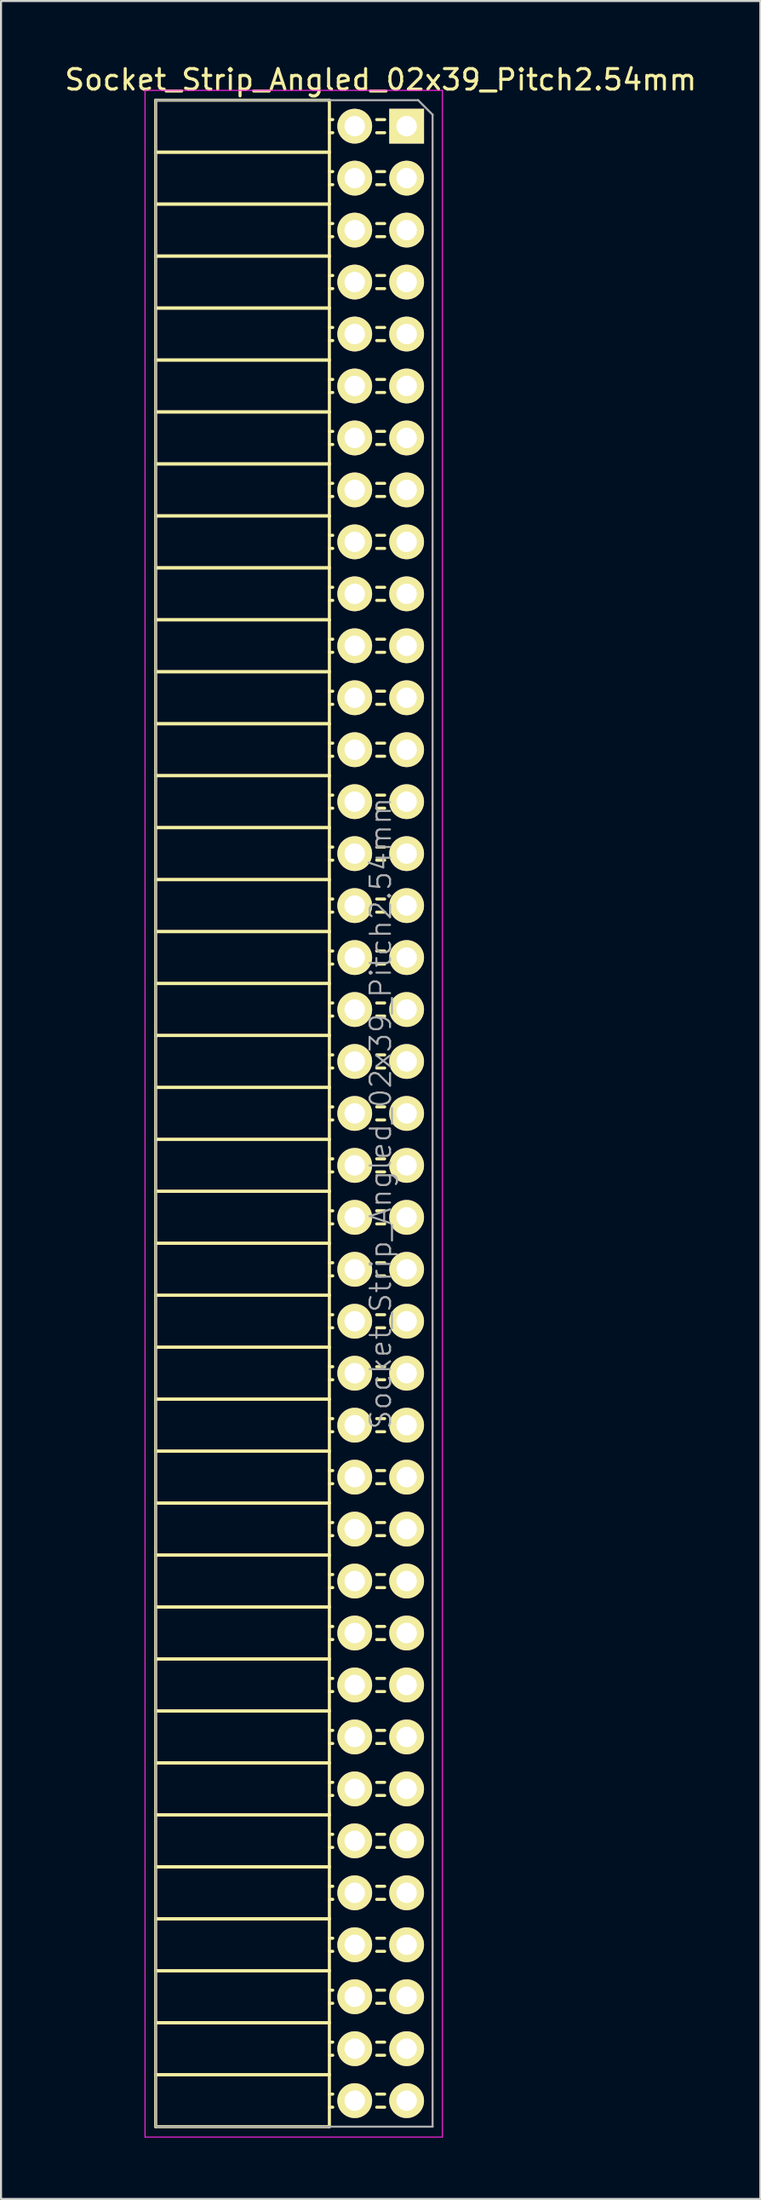
<source format=kicad_pcb>
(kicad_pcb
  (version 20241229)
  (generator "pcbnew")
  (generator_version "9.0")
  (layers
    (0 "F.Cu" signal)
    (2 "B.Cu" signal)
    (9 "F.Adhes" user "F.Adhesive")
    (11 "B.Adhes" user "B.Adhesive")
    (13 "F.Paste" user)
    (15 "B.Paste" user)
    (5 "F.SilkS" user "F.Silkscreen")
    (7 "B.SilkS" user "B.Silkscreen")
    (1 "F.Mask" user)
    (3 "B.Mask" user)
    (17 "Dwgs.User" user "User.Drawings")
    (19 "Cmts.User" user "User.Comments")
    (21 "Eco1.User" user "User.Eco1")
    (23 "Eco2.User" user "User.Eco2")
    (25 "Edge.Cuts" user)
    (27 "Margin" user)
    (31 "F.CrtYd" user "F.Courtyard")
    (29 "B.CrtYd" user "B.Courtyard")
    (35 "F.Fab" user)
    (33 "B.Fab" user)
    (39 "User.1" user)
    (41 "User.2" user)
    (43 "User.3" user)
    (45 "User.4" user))
  (footprint "Socket_Strip_Angled_02x39_Pitch2.54mm"
    (layer "F.Cu")
    (at 16.847 3.118)
    (property "Reference" "Socket_Strip_Angled_02x39_Pitch2.54mm" (at -1.27 -2.27 0) (layer "F.SilkS") (effects (font (size 1 1) (thickness 0.15))))
    (attr smd)
    (fp_line (start -12.28 -1.27) (end -12.28 1.27) (stroke (width 0.15) (type solid)) (layer "F.SilkS"))
    (fp_line (start -12.28 -1.27) (end -3.78 -1.27) (stroke (width 0.15) (type solid)) (layer "F.SilkS"))
    (fp_line (start -12.28 1.27) (end -12.28 3.81) (stroke (width 0.15) (type solid)) (layer "F.SilkS"))
    (fp_line (start -12.28 1.27) (end -3.78 1.27) (stroke (width 0.15) (type solid)) (layer "F.SilkS"))
    (fp_line (start -12.28 1.27) (end -3.78 1.27) (stroke (width 0.15) (type solid)) (layer "F.SilkS"))
    (fp_line (start -12.28 3.81) (end -12.28 6.35) (stroke (width 0.15) (type solid)) (layer "F.SilkS"))
    (fp_line (start -12.28 3.81) (end -3.78 3.81) (stroke (width 0.15) (type solid)) (layer "F.SilkS"))
    (fp_line (start -12.28 3.81) (end -3.78 3.81) (stroke (width 0.15) (type solid)) (layer "F.SilkS"))
    (fp_line (start -12.28 6.35) (end -12.28 8.89) (stroke (width 0.15) (type solid)) (layer "F.SilkS"))
    (fp_line (start -12.28 6.35) (end -3.78 6.35) (stroke (width 0.15) (type solid)) (layer "F.SilkS"))
    (fp_line (start -12.28 6.35) (end -3.78 6.35) (stroke (width 0.15) (type solid)) (layer "F.SilkS"))
    (fp_line (start -12.28 8.89) (end -12.28 11.43) (stroke (width 0.15) (type solid)) (layer "F.SilkS"))
    (fp_line (start -12.28 8.89) (end -3.78 8.89) (stroke (width 0.15) (type solid)) (layer "F.SilkS"))
    (fp_line (start -12.28 8.89) (end -3.78 8.89) (stroke (width 0.15) (type solid)) (layer "F.SilkS"))
    (fp_line (start -12.28 11.43) (end -12.28 13.97) (stroke (width 0.15) (type solid)) (layer "F.SilkS"))
    (fp_line (start -12.28 11.43) (end -3.78 11.43) (stroke (width 0.15) (type solid)) (layer "F.SilkS"))
    (fp_line (start -12.28 11.43) (end -3.78 11.43) (stroke (width 0.15) (type solid)) (layer "F.SilkS"))
    (fp_line (start -12.28 13.97) (end -12.28 16.51) (stroke (width 0.15) (type solid)) (layer "F.SilkS"))
    (fp_line (start -12.28 13.97) (end -3.78 13.97) (stroke (width 0.15) (type solid)) (layer "F.SilkS"))
    (fp_line (start -12.28 13.97) (end -3.78 13.97) (stroke (width 0.15) (type solid)) (layer "F.SilkS"))
    (fp_line (start -12.28 16.51) (end -12.28 19.05) (stroke (width 0.15) (type solid)) (layer "F.SilkS"))
    (fp_line (start -12.28 16.51) (end -3.78 16.51) (stroke (width 0.15) (type solid)) (layer "F.SilkS"))
    (fp_line (start -12.28 16.51) (end -3.78 16.51) (stroke (width 0.15) (type solid)) (layer "F.SilkS"))
    (fp_line (start -12.28 19.05) (end -12.28 21.59) (stroke (width 0.15) (type solid)) (layer "F.SilkS"))
    (fp_line (start -12.28 19.05) (end -3.78 19.05) (stroke (width 0.15) (type solid)) (layer "F.SilkS"))
    (fp_line (start -12.28 19.05) (end -3.78 19.05) (stroke (width 0.15) (type solid)) (layer "F.SilkS"))
    (fp_line (start -12.28 21.59) (end -12.28 24.13) (stroke (width 0.15) (type solid)) (layer "F.SilkS"))
    (fp_line (start -12.28 21.59) (end -3.78 21.59) (stroke (width 0.15) (type solid)) (layer "F.SilkS"))
    (fp_line (start -12.28 21.59) (end -3.78 21.59) (stroke (width 0.15) (type solid)) (layer "F.SilkS"))
    (fp_line (start -12.28 24.13) (end -12.28 26.67) (stroke (width 0.15) (type solid)) (layer "F.SilkS"))
    (fp_line (start -12.28 24.13) (end -3.78 24.13) (stroke (width 0.15) (type solid)) (layer "F.SilkS"))
    (fp_line (start -12.28 24.13) (end -3.78 24.13) (stroke (width 0.15) (type solid)) (layer "F.SilkS"))
    (fp_line (start -12.28 26.67) (end -12.28 29.21) (stroke (width 0.15) (type solid)) (layer "F.SilkS"))
    (fp_line (start -12.28 26.67) (end -3.78 26.67) (stroke (width 0.15) (type solid)) (layer "F.SilkS"))
    (fp_line (start -12.28 26.67) (end -3.78 26.67) (stroke (width 0.15) (type solid)) (layer "F.SilkS"))
    (fp_line (start -12.28 29.21) (end -12.28 31.75) (stroke (width 0.15) (type solid)) (layer "F.SilkS"))
    (fp_line (start -12.28 29.21) (end -3.78 29.21) (stroke (width 0.15) (type solid)) (layer "F.SilkS"))
    (fp_line (start -12.28 29.21) (end -3.78 29.21) (stroke (width 0.15) (type solid)) (layer "F.SilkS"))
    (fp_line (start -12.28 31.75) (end -12.28 34.29) (stroke (width 0.15) (type solid)) (layer "F.SilkS"))
    (fp_line (start -12.28 31.75) (end -3.78 31.75) (stroke (width 0.15) (type solid)) (layer "F.SilkS"))
    (fp_line (start -12.28 31.75) (end -3.78 31.75) (stroke (width 0.15) (type solid)) (layer "F.SilkS"))
    (fp_line (start -12.28 34.29) (end -12.28 36.83) (stroke (width 0.15) (type solid)) (layer "F.SilkS"))
    (fp_line (start -12.28 34.29) (end -3.78 34.29) (stroke (width 0.15) (type solid)) (layer "F.SilkS"))
    (fp_line (start -12.28 34.29) (end -3.78 34.29) (stroke (width 0.15) (type solid)) (layer "F.SilkS"))
    (fp_line (start -12.28 36.83) (end -12.28 39.37) (stroke (width 0.15) (type solid)) (layer "F.SilkS"))
    (fp_line (start -12.28 36.83) (end -3.78 36.83) (stroke (width 0.15) (type solid)) (layer "F.SilkS"))
    (fp_line (start -12.28 36.83) (end -3.78 36.83) (stroke (width 0.15) (type solid)) (layer "F.SilkS"))
    (fp_line (start -12.28 39.37) (end -12.28 41.91) (stroke (width 0.15) (type solid)) (layer "F.SilkS"))
    (fp_line (start -12.28 39.37) (end -3.78 39.37) (stroke (width 0.15) (type solid)) (layer "F.SilkS"))
    (fp_line (start -12.28 39.37) (end -3.78 39.37) (stroke (width 0.15) (type solid)) (layer "F.SilkS"))
    (fp_line (start -12.28 41.91) (end -12.28 44.45) (stroke (width 0.15) (type solid)) (layer "F.SilkS"))
    (fp_line (start -12.28 41.91) (end -3.78 41.91) (stroke (width 0.15) (type solid)) (layer "F.SilkS"))
    (fp_line (start -12.28 41.91) (end -3.78 41.91) (stroke (width 0.15) (type solid)) (layer "F.SilkS"))
    (fp_line (start -12.28 44.45) (end -12.28 46.99) (stroke (width 0.15) (type solid)) (layer "F.SilkS"))
    (fp_line (start -12.28 44.45) (end -3.78 44.45) (stroke (width 0.15) (type solid)) (layer "F.SilkS"))
    (fp_line (start -12.28 44.45) (end -3.78 44.45) (stroke (width 0.15) (type solid)) (layer "F.SilkS"))
    (fp_line (start -12.28 46.99) (end -12.28 49.53) (stroke (width 0.15) (type solid)) (layer "F.SilkS"))
    (fp_line (start -12.28 46.99) (end -3.78 46.99) (stroke (width 0.15) (type solid)) (layer "F.SilkS"))
    (fp_line (start -12.28 46.99) (end -3.78 46.99) (stroke (width 0.15) (type solid)) (layer "F.SilkS"))
    (fp_line (start -12.28 49.53) (end -12.28 52.07) (stroke (width 0.15) (type solid)) (layer "F.SilkS"))
    (fp_line (start -12.28 49.53) (end -3.78 49.53) (stroke (width 0.15) (type solid)) (layer "F.SilkS"))
    (fp_line (start -12.28 49.53) (end -3.78 49.53) (stroke (width 0.15) (type solid)) (layer "F.SilkS"))
    (fp_line (start -12.28 52.07) (end -12.28 54.61) (stroke (width 0.15) (type solid)) (layer "F.SilkS"))
    (fp_line (start -12.28 52.07) (end -3.78 52.07) (stroke (width 0.15) (type solid)) (layer "F.SilkS"))
    (fp_line (start -12.28 52.07) (end -3.78 52.07) (stroke (width 0.15) (type solid)) (layer "F.SilkS"))
    (fp_line (start -12.28 54.61) (end -12.28 57.15) (stroke (width 0.15) (type solid)) (layer "F.SilkS"))
    (fp_line (start -12.28 54.61) (end -3.78 54.61) (stroke (width 0.15) (type solid)) (layer "F.SilkS"))
    (fp_line (start -12.28 54.61) (end -3.78 54.61) (stroke (width 0.15) (type solid)) (layer "F.SilkS"))
    (fp_line (start -12.28 57.15) (end -12.28 59.69) (stroke (width 0.15) (type solid)) (layer "F.SilkS"))
    (fp_line (start -12.28 57.15) (end -3.78 57.15) (stroke (width 0.15) (type solid)) (layer "F.SilkS"))
    (fp_line (start -12.28 57.15) (end -3.78 57.15) (stroke (width 0.15) (type solid)) (layer "F.SilkS"))
    (fp_line (start -12.28 59.69) (end -12.28 62.23) (stroke (width 0.15) (type solid)) (layer "F.SilkS"))
    (fp_line (start -12.28 59.69) (end -3.78 59.69) (stroke (width 0.15) (type solid)) (layer "F.SilkS"))
    (fp_line (start -12.28 59.69) (end -3.78 59.69) (stroke (width 0.15) (type solid)) (layer "F.SilkS"))
    (fp_line (start -12.28 62.23) (end -12.28 64.77) (stroke (width 0.15) (type solid)) (layer "F.SilkS"))
    (fp_line (start -12.28 62.23) (end -3.78 62.23) (stroke (width 0.15) (type solid)) (layer "F.SilkS"))
    (fp_line (start -12.28 62.23) (end -3.78 62.23) (stroke (width 0.15) (type solid)) (layer "F.SilkS"))
    (fp_line (start -12.28 64.77) (end -12.28 67.31) (stroke (width 0.15) (type solid)) (layer "F.SilkS"))
    (fp_line (start -12.28 64.77) (end -3.78 64.77) (stroke (width 0.15) (type solid)) (layer "F.SilkS"))
    (fp_line (start -12.28 64.77) (end -3.78 64.77) (stroke (width 0.15) (type solid)) (layer "F.SilkS"))
    (fp_line (start -12.28 67.31) (end -12.28 69.85) (stroke (width 0.15) (type solid)) (layer "F.SilkS"))
    (fp_line (start -12.28 67.31) (end -3.78 67.31) (stroke (width 0.15) (type solid)) (layer "F.SilkS"))
    (fp_line (start -12.28 67.31) (end -3.78 67.31) (stroke (width 0.15) (type solid)) (layer "F.SilkS"))
    (fp_line (start -12.28 69.85) (end -12.28 72.39) (stroke (width 0.15) (type solid)) (layer "F.SilkS"))
    (fp_line (start -12.28 69.85) (end -3.78 69.85) (stroke (width 0.15) (type solid)) (layer "F.SilkS"))
    (fp_line (start -12.28 69.85) (end -3.78 69.85) (stroke (width 0.15) (type solid)) (layer "F.SilkS"))
    (fp_line (start -12.28 72.39) (end -12.28 74.93) (stroke (width 0.15) (type solid)) (layer "F.SilkS"))
    (fp_line (start -12.28 72.39) (end -3.78 72.39) (stroke (width 0.15) (type solid)) (layer "F.SilkS"))
    (fp_line (start -12.28 72.39) (end -3.78 72.39) (stroke (width 0.15) (type solid)) (layer "F.SilkS"))
    (fp_line (start -12.28 74.93) (end -12.28 77.47) (stroke (width 0.15) (type solid)) (layer "F.SilkS"))
    (fp_line (start -12.28 74.93) (end -3.78 74.93) (stroke (width 0.15) (type solid)) (layer "F.SilkS"))
    (fp_line (start -12.28 74.93) (end -3.78 74.93) (stroke (width 0.15) (type solid)) (layer "F.SilkS"))
    (fp_line (start -12.28 77.47) (end -12.28 80.01) (stroke (width 0.15) (type solid)) (layer "F.SilkS"))
    (fp_line (start -12.28 77.47) (end -3.78 77.47) (stroke (width 0.15) (type solid)) (layer "F.SilkS"))
    (fp_line (start -12.28 77.47) (end -3.78 77.47) (stroke (width 0.15) (type solid)) (layer "F.SilkS"))
    (fp_line (start -12.28 80.01) (end -12.28 82.55) (stroke (width 0.15) (type solid)) (layer "F.SilkS"))
    (fp_line (start -12.28 80.01) (end -3.78 80.01) (stroke (width 0.15) (type solid)) (layer "F.SilkS"))
    (fp_line (start -12.28 80.01) (end -3.78 80.01) (stroke (width 0.15) (type solid)) (layer "F.SilkS"))
    (fp_line (start -12.28 82.55) (end -12.28 85.09) (stroke (width 0.15) (type solid)) (layer "F.SilkS"))
    (fp_line (start -12.28 82.55) (end -3.78 82.55) (stroke (width 0.15) (type solid)) (layer "F.SilkS"))
    (fp_line (start -12.28 82.55) (end -3.78 82.55) (stroke (width 0.15) (type solid)) (layer "F.SilkS"))
    (fp_line (start -12.28 85.09) (end -12.28 87.63) (stroke (width 0.15) (type solid)) (layer "F.SilkS"))
    (fp_line (start -12.28 85.09) (end -3.78 85.09) (stroke (width 0.15) (type solid)) (layer "F.SilkS"))
    (fp_line (start -12.28 85.09) (end -3.78 85.09) (stroke (width 0.15) (type solid)) (layer "F.SilkS"))
    (fp_line (start -12.28 87.63) (end -12.28 90.17) (stroke (width 0.15) (type solid)) (layer "F.SilkS"))
    (fp_line (start -12.28 87.63) (end -3.78 87.63) (stroke (width 0.15) (type solid)) (layer "F.SilkS"))
    (fp_line (start -12.28 87.63) (end -3.78 87.63) (stroke (width 0.15) (type solid)) (layer "F.SilkS"))
    (fp_line (start -12.28 90.17) (end -12.28 92.71) (stroke (width 0.15) (type solid)) (layer "F.SilkS"))
    (fp_line (start -12.28 90.17) (end -3.78 90.17) (stroke (width 0.15) (type solid)) (layer "F.SilkS"))
    (fp_line (start -12.28 90.17) (end -3.78 90.17) (stroke (width 0.15) (type solid)) (layer "F.SilkS"))
    (fp_line (start -12.28 92.71) (end -12.28 95.25) (stroke (width 0.15) (type solid)) (layer "F.SilkS"))
    (fp_line (start -12.28 92.71) (end -3.78 92.71) (stroke (width 0.15) (type solid)) (layer "F.SilkS"))
    (fp_line (start -12.28 92.71) (end -3.78 92.71) (stroke (width 0.15) (type solid)) (layer "F.SilkS"))
    (fp_line (start -12.28 95.25) (end -12.28 97.79) (stroke (width 0.15) (type solid)) (layer "F.SilkS"))
    (fp_line (start -12.28 95.25) (end -3.78 95.25) (stroke (width 0.15) (type solid)) (layer "F.SilkS"))
    (fp_line (start -12.28 95.25) (end -3.78 95.25) (stroke (width 0.15) (type solid)) (layer "F.SilkS"))
    (fp_line (start -12.28 97.79) (end -3.78 97.79) (stroke (width 0.15) (type solid)) (layer "F.SilkS"))
    (fp_line (start -3.78 -1.27) (end -3.78 1.27) (stroke (width 0.15) (type solid)) (layer "F.SilkS"))
    (fp_line (start -3.78 -0.32) (end -3.615 -0.32) (stroke (width 0.15) (type solid)) (layer "F.SilkS"))
    (fp_line (start -3.78 0.32) (end -3.615 0.32) (stroke (width 0.15) (type solid)) (layer "F.SilkS"))
    (fp_line (start -3.78 1.27) (end -3.78 3.81) (stroke (width 0.15) (type solid)) (layer "F.SilkS"))
    (fp_line (start -3.78 2.22) (end -3.615 2.22) (stroke (width 0.15) (type solid)) (layer "F.SilkS"))
    (fp_line (start -3.78 2.86) (end -3.615 2.86) (stroke (width 0.15) (type solid)) (layer "F.SilkS"))
    (fp_line (start -3.78 3.81) (end -3.78 6.35) (stroke (width 0.15) (type solid)) (layer "F.SilkS"))
    (fp_line (start -3.78 4.76) (end -3.615 4.76) (stroke (width 0.15) (type solid)) (layer "F.SilkS"))
    (fp_line (start -3.78 5.4) (end -3.615 5.4) (stroke (width 0.15) (type solid)) (layer "F.SilkS"))
    (fp_line (start -3.78 6.35) (end -3.78 8.89) (stroke (width 0.15) (type solid)) (layer "F.SilkS"))
    (fp_line (start -3.78 7.3) (end -3.615 7.3) (stroke (width 0.15) (type solid)) (layer "F.SilkS"))
    (fp_line (start -3.78 7.94) (end -3.615 7.94) (stroke (width 0.15) (type solid)) (layer "F.SilkS"))
    (fp_line (start -3.78 8.89) (end -3.78 11.43) (stroke (width 0.15) (type solid)) (layer "F.SilkS"))
    (fp_line (start -3.78 9.84) (end -3.615 9.84) (stroke (width 0.15) (type solid)) (layer "F.SilkS"))
    (fp_line (start -3.78 10.48) (end -3.615 10.48) (stroke (width 0.15) (type solid)) (layer "F.SilkS"))
    (fp_line (start -3.78 11.43) (end -3.78 13.97) (stroke (width 0.15) (type solid)) (layer "F.SilkS"))
    (fp_line (start -3.78 12.38) (end -3.615 12.38) (stroke (width 0.15) (type solid)) (layer "F.SilkS"))
    (fp_line (start -3.78 13.02) (end -3.615 13.02) (stroke (width 0.15) (type solid)) (layer "F.SilkS"))
    (fp_line (start -3.78 13.97) (end -3.78 16.51) (stroke (width 0.15) (type solid)) (layer "F.SilkS"))
    (fp_line (start -3.78 14.92) (end -3.615 14.92) (stroke (width 0.15) (type solid)) (layer "F.SilkS"))
    (fp_line (start -3.78 15.56) (end -3.615 15.56) (stroke (width 0.15) (type solid)) (layer "F.SilkS"))
    (fp_line (start -3.78 16.51) (end -3.78 19.05) (stroke (width 0.15) (type solid)) (layer "F.SilkS"))
    (fp_line (start -3.78 17.46) (end -3.615 17.46) (stroke (width 0.15) (type solid)) (layer "F.SilkS"))
    (fp_line (start -3.78 18.1) (end -3.615 18.1) (stroke (width 0.15) (type solid)) (layer "F.SilkS"))
    (fp_line (start -3.78 19.05) (end -3.78 21.59) (stroke (width 0.15) (type solid)) (layer "F.SilkS"))
    (fp_line (start -3.78 20) (end -3.615 20) (stroke (width 0.15) (type solid)) (layer "F.SilkS"))
    (fp_line (start -3.78 20.64) (end -3.615 20.64) (stroke (width 0.15) (type solid)) (layer "F.SilkS"))
    (fp_line (start -3.78 21.59) (end -3.78 24.13) (stroke (width 0.15) (type solid)) (layer "F.SilkS"))
    (fp_line (start -3.78 22.54) (end -3.615 22.54) (stroke (width 0.15) (type solid)) (layer "F.SilkS"))
    (fp_line (start -3.78 23.18) (end -3.615 23.18) (stroke (width 0.15) (type solid)) (layer "F.SilkS"))
    (fp_line (start -3.78 24.13) (end -3.78 26.67) (stroke (width 0.15) (type solid)) (layer "F.SilkS"))
    (fp_line (start -3.78 25.08) (end -3.615 25.08) (stroke (width 0.15) (type solid)) (layer "F.SilkS"))
    (fp_line (start -3.78 25.72) (end -3.615 25.72) (stroke (width 0.15) (type solid)) (layer "F.SilkS"))
    (fp_line (start -3.78 26.67) (end -3.78 29.21) (stroke (width 0.15) (type solid)) (layer "F.SilkS"))
    (fp_line (start -3.78 27.62) (end -3.615 27.62) (stroke (width 0.15) (type solid)) (layer "F.SilkS"))
    (fp_line (start -3.78 28.26) (end -3.615 28.26) (stroke (width 0.15) (type solid)) (layer "F.SilkS"))
    (fp_line (start -3.78 29.21) (end -3.78 31.75) (stroke (width 0.15) (type solid)) (layer "F.SilkS"))
    (fp_line (start -3.78 30.16) (end -3.615 30.16) (stroke (width 0.15) (type solid)) (layer "F.SilkS"))
    (fp_line (start -3.78 30.8) (end -3.615 30.8) (stroke (width 0.15) (type solid)) (layer "F.SilkS"))
    (fp_line (start -3.78 31.75) (end -3.78 34.29) (stroke (width 0.15) (type solid)) (layer "F.SilkS"))
    (fp_line (start -3.78 32.7) (end -3.615 32.7) (stroke (width 0.15) (type solid)) (layer "F.SilkS"))
    (fp_line (start -3.78 33.34) (end -3.615 33.34) (stroke (width 0.15) (type solid)) (layer "F.SilkS"))
    (fp_line (start -3.78 34.29) (end -3.78 36.83) (stroke (width 0.15) (type solid)) (layer "F.SilkS"))
    (fp_line (start -3.78 35.24) (end -3.615 35.24) (stroke (width 0.15) (type solid)) (layer "F.SilkS"))
    (fp_line (start -3.78 35.88) (end -3.615 35.88) (stroke (width 0.15) (type solid)) (layer "F.SilkS"))
    (fp_line (start -3.78 36.83) (end -3.78 39.37) (stroke (width 0.15) (type solid)) (layer "F.SilkS"))
    (fp_line (start -3.78 37.78) (end -3.615 37.78) (stroke (width 0.15) (type solid)) (layer "F.SilkS"))
    (fp_line (start -3.78 38.42) (end -3.615 38.42) (stroke (width 0.15) (type solid)) (layer "F.SilkS"))
    (fp_line (start -3.78 39.37) (end -3.78 41.91) (stroke (width 0.15) (type solid)) (layer "F.SilkS"))
    (fp_line (start -3.78 40.32) (end -3.615 40.32) (stroke (width 0.15) (type solid)) (layer "F.SilkS"))
    (fp_line (start -3.78 40.96) (end -3.615 40.96) (stroke (width 0.15) (type solid)) (layer "F.SilkS"))
    (fp_line (start -3.78 41.91) (end -3.78 44.45) (stroke (width 0.15) (type solid)) (layer "F.SilkS"))
    (fp_line (start -3.78 42.86) (end -3.615 42.86) (stroke (width 0.15) (type solid)) (layer "F.SilkS"))
    (fp_line (start -3.78 43.5) (end -3.615 43.5) (stroke (width 0.15) (type solid)) (layer "F.SilkS"))
    (fp_line (start -3.78 44.45) (end -3.78 46.99) (stroke (width 0.15) (type solid)) (layer "F.SilkS"))
    (fp_line (start -3.78 45.4) (end -3.615 45.4) (stroke (width 0.15) (type solid)) (layer "F.SilkS"))
    (fp_line (start -3.78 46.04) (end -3.615 46.04) (stroke (width 0.15) (type solid)) (layer "F.SilkS"))
    (fp_line (start -3.78 46.99) (end -3.78 49.53) (stroke (width 0.15) (type solid)) (layer "F.SilkS"))
    (fp_line (start -3.78 47.94) (end -3.615 47.94) (stroke (width 0.15) (type solid)) (layer "F.SilkS"))
    (fp_line (start -3.78 48.58) (end -3.615 48.58) (stroke (width 0.15) (type solid)) (layer "F.SilkS"))
    (fp_line (start -3.78 49.53) (end -3.78 52.07) (stroke (width 0.15) (type solid)) (layer "F.SilkS"))
    (fp_line (start -3.78 50.48) (end -3.615 50.48) (stroke (width 0.15) (type solid)) (layer "F.SilkS"))
    (fp_line (start -3.78 51.12) (end -3.615 51.12) (stroke (width 0.15) (type solid)) (layer "F.SilkS"))
    (fp_line (start -3.78 52.07) (end -3.78 54.61) (stroke (width 0.15) (type solid)) (layer "F.SilkS"))
    (fp_line (start -3.78 53.02) (end -3.615 53.02) (stroke (width 0.15) (type solid)) (layer "F.SilkS"))
    (fp_line (start -3.78 53.66) (end -3.615 53.66) (stroke (width 0.15) (type solid)) (layer "F.SilkS"))
    (fp_line (start -3.78 54.61) (end -3.78 57.15) (stroke (width 0.15) (type solid)) (layer "F.SilkS"))
    (fp_line (start -3.78 55.56) (end -3.615 55.56) (stroke (width 0.15) (type solid)) (layer "F.SilkS"))
    (fp_line (start -3.78 56.2) (end -3.615 56.2) (stroke (width 0.15) (type solid)) (layer "F.SilkS"))
    (fp_line (start -3.78 57.15) (end -3.78 59.69) (stroke (width 0.15) (type solid)) (layer "F.SilkS"))
    (fp_line (start -3.78 58.1) (end -3.615 58.1) (stroke (width 0.15) (type solid)) (layer "F.SilkS"))
    (fp_line (start -3.78 58.74) (end -3.615 58.74) (stroke (width 0.15) (type solid)) (layer "F.SilkS"))
    (fp_line (start -3.78 59.69) (end -3.78 62.23) (stroke (width 0.15) (type solid)) (layer "F.SilkS"))
    (fp_line (start -3.78 60.64) (end -3.615 60.64) (stroke (width 0.15) (type solid)) (layer "F.SilkS"))
    (fp_line (start -3.78 61.28) (end -3.615 61.28) (stroke (width 0.15) (type solid)) (layer "F.SilkS"))
    (fp_line (start -3.78 62.23) (end -3.78 64.77) (stroke (width 0.15) (type solid)) (layer "F.SilkS"))
    (fp_line (start -3.78 63.18) (end -3.615 63.18) (stroke (width 0.15) (type solid)) (layer "F.SilkS"))
    (fp_line (start -3.78 63.82) (end -3.615 63.82) (stroke (width 0.15) (type solid)) (layer "F.SilkS"))
    (fp_line (start -3.78 64.77) (end -3.78 67.31) (stroke (width 0.15) (type solid)) (layer "F.SilkS"))
    (fp_line (start -3.78 65.72) (end -3.615 65.72) (stroke (width 0.15) (type solid)) (layer "F.SilkS"))
    (fp_line (start -3.78 66.36) (end -3.615 66.36) (stroke (width 0.15) (type solid)) (layer "F.SilkS"))
    (fp_line (start -3.78 67.31) (end -3.78 69.85) (stroke (width 0.15) (type solid)) (layer "F.SilkS"))
    (fp_line (start -3.78 68.26) (end -3.615 68.26) (stroke (width 0.15) (type solid)) (layer "F.SilkS"))
    (fp_line (start -3.78 68.9) (end -3.615 68.9) (stroke (width 0.15) (type solid)) (layer "F.SilkS"))
    (fp_line (start -3.78 69.85) (end -3.78 72.39) (stroke (width 0.15) (type solid)) (layer "F.SilkS"))
    (fp_line (start -3.78 70.8) (end -3.615 70.8) (stroke (width 0.15) (type solid)) (layer "F.SilkS"))
    (fp_line (start -3.78 71.44) (end -3.615 71.44) (stroke (width 0.15) (type solid)) (layer "F.SilkS"))
    (fp_line (start -3.78 72.39) (end -3.78 74.93) (stroke (width 0.15) (type solid)) (layer "F.SilkS"))
    (fp_line (start -3.78 73.34) (end -3.615 73.34) (stroke (width 0.15) (type solid)) (layer "F.SilkS"))
    (fp_line (start -3.78 73.98) (end -3.615 73.98) (stroke (width 0.15) (type solid)) (layer "F.SilkS"))
    (fp_line (start -3.78 74.93) (end -3.78 77.47) (stroke (width 0.15) (type solid)) (layer "F.SilkS"))
    (fp_line (start -3.78 75.88) (end -3.615 75.88) (stroke (width 0.15) (type solid)) (layer "F.SilkS"))
    (fp_line (start -3.78 76.52) (end -3.615 76.52) (stroke (width 0.15) (type solid)) (layer "F.SilkS"))
    (fp_line (start -3.78 77.47) (end -3.78 80.01) (stroke (width 0.15) (type solid)) (layer "F.SilkS"))
    (fp_line (start -3.78 78.42) (end -3.615 78.42) (stroke (width 0.15) (type solid)) (layer "F.SilkS"))
    (fp_line (start -3.78 79.06) (end -3.615 79.06) (stroke (width 0.15) (type solid)) (layer "F.SilkS"))
    (fp_line (start -3.78 80.01) (end -3.78 82.55) (stroke (width 0.15) (type solid)) (layer "F.SilkS"))
    (fp_line (start -3.78 80.96) (end -3.615 80.96) (stroke (width 0.15) (type solid)) (layer "F.SilkS"))
    (fp_line (start -3.78 81.6) (end -3.615 81.6) (stroke (width 0.15) (type solid)) (layer "F.SilkS"))
    (fp_line (start -3.78 82.55) (end -3.78 85.09) (stroke (width 0.15) (type solid)) (layer "F.SilkS"))
    (fp_line (start -3.78 83.5) (end -3.615 83.5) (stroke (width 0.15) (type solid)) (layer "F.SilkS"))
    (fp_line (start -3.78 84.14) (end -3.615 84.14) (stroke (width 0.15) (type solid)) (layer "F.SilkS"))
    (fp_line (start -3.78 85.09) (end -3.78 87.63) (stroke (width 0.15) (type solid)) (layer "F.SilkS"))
    (fp_line (start -3.78 86.04) (end -3.615 86.04) (stroke (width 0.15) (type solid)) (layer "F.SilkS"))
    (fp_line (start -3.78 86.68) (end -3.615 86.68) (stroke (width 0.15) (type solid)) (layer "F.SilkS"))
    (fp_line (start -3.78 87.63) (end -3.78 90.17) (stroke (width 0.15) (type solid)) (layer "F.SilkS"))
    (fp_line (start -3.78 88.58) (end -3.615 88.58) (stroke (width 0.15) (type solid)) (layer "F.SilkS"))
    (fp_line (start -3.78 89.22) (end -3.615 89.22) (stroke (width 0.15) (type solid)) (layer "F.SilkS"))
    (fp_line (start -3.78 90.17) (end -3.78 92.71) (stroke (width 0.15) (type solid)) (layer "F.SilkS"))
    (fp_line (start -3.78 91.12) (end -3.615 91.12) (stroke (width 0.15) (type solid)) (layer "F.SilkS"))
    (fp_line (start -3.78 91.76) (end -3.615 91.76) (stroke (width 0.15) (type solid)) (layer "F.SilkS"))
    (fp_line (start -3.78 92.71) (end -3.78 95.25) (stroke (width 0.15) (type solid)) (layer "F.SilkS"))
    (fp_line (start -3.78 93.66) (end -3.615 93.66) (stroke (width 0.15) (type solid)) (layer "F.SilkS"))
    (fp_line (start -3.78 94.3) (end -3.615 94.3) (stroke (width 0.15) (type solid)) (layer "F.SilkS"))
    (fp_line (start -3.78 95.25) (end -3.78 97.79) (stroke (width 0.15) (type solid)) (layer "F.SilkS"))
    (fp_line (start -3.78 96.2) (end -3.615 96.2) (stroke (width 0.15) (type solid)) (layer "F.SilkS"))
    (fp_line (start -3.78 96.84) (end -3.615 96.84) (stroke (width 0.15) (type solid)) (layer "F.SilkS"))
    (fp_line (start -1.075 -0.32) (end -1.465 -0.32) (stroke (width 0.15) (type solid)) (layer "F.SilkS"))
    (fp_line (start -1.075 0.32) (end -1.465 0.32) (stroke (width 0.15) (type solid)) (layer "F.SilkS"))
    (fp_line (start -1.075 2.22) (end -1.465 2.22) (stroke (width 0.15) (type solid)) (layer "F.SilkS"))
    (fp_line (start -1.075 2.86) (end -1.465 2.86) (stroke (width 0.15) (type solid)) (layer "F.SilkS"))
    (fp_line (start -1.075 4.76) (end -1.465 4.76) (stroke (width 0.15) (type solid)) (layer "F.SilkS"))
    (fp_line (start -1.075 5.4) (end -1.465 5.4) (stroke (width 0.15) (type solid)) (layer "F.SilkS"))
    (fp_line (start -1.075 7.3) (end -1.465 7.3) (stroke (width 0.15) (type solid)) (layer "F.SilkS"))
    (fp_line (start -1.075 7.94) (end -1.465 7.94) (stroke (width 0.15) (type solid)) (layer "F.SilkS"))
    (fp_line (start -1.075 9.84) (end -1.465 9.84) (stroke (width 0.15) (type solid)) (layer "F.SilkS"))
    (fp_line (start -1.075 10.48) (end -1.465 10.48) (stroke (width 0.15) (type solid)) (layer "F.SilkS"))
    (fp_line (start -1.075 12.38) (end -1.465 12.38) (stroke (width 0.15) (type solid)) (layer "F.SilkS"))
    (fp_line (start -1.075 13.02) (end -1.465 13.02) (stroke (width 0.15) (type solid)) (layer "F.SilkS"))
    (fp_line (start -1.075 14.92) (end -1.465 14.92) (stroke (width 0.15) (type solid)) (layer "F.SilkS"))
    (fp_line (start -1.075 15.56) (end -1.465 15.56) (stroke (width 0.15) (type solid)) (layer "F.SilkS"))
    (fp_line (start -1.075 17.46) (end -1.465 17.46) (stroke (width 0.15) (type solid)) (layer "F.SilkS"))
    (fp_line (start -1.075 18.1) (end -1.465 18.1) (stroke (width 0.15) (type solid)) (layer "F.SilkS"))
    (fp_line (start -1.075 20) (end -1.465 20) (stroke (width 0.15) (type solid)) (layer "F.SilkS"))
    (fp_line (start -1.075 20.64) (end -1.465 20.64) (stroke (width 0.15) (type solid)) (layer "F.SilkS"))
    (fp_line (start -1.075 22.54) (end -1.465 22.54) (stroke (width 0.15) (type solid)) (layer "F.SilkS"))
    (fp_line (start -1.075 23.18) (end -1.465 23.18) (stroke (width 0.15) (type solid)) (layer "F.SilkS"))
    (fp_line (start -1.075 25.08) (end -1.465 25.08) (stroke (width 0.15) (type solid)) (layer "F.SilkS"))
    (fp_line (start -1.075 25.72) (end -1.465 25.72) (stroke (width 0.15) (type solid)) (layer "F.SilkS"))
    (fp_line (start -1.075 27.62) (end -1.465 27.62) (stroke (width 0.15) (type solid)) (layer "F.SilkS"))
    (fp_line (start -1.075 28.26) (end -1.465 28.26) (stroke (width 0.15) (type solid)) (layer "F.SilkS"))
    (fp_line (start -1.075 30.16) (end -1.465 30.16) (stroke (width 0.15) (type solid)) (layer "F.SilkS"))
    (fp_line (start -1.075 30.8) (end -1.465 30.8) (stroke (width 0.15) (type solid)) (layer "F.SilkS"))
    (fp_line (start -1.075 32.7) (end -1.465 32.7) (stroke (width 0.15) (type solid)) (layer "F.SilkS"))
    (fp_line (start -1.075 33.34) (end -1.465 33.34) (stroke (width 0.15) (type solid)) (layer "F.SilkS"))
    (fp_line (start -1.075 35.24) (end -1.465 35.24) (stroke (width 0.15) (type solid)) (layer "F.SilkS"))
    (fp_line (start -1.075 35.88) (end -1.465 35.88) (stroke (width 0.15) (type solid)) (layer "F.SilkS"))
    (fp_line (start -1.075 37.78) (end -1.465 37.78) (stroke (width 0.15) (type solid)) (layer "F.SilkS"))
    (fp_line (start -1.075 38.42) (end -1.465 38.42) (stroke (width 0.15) (type solid)) (layer "F.SilkS"))
    (fp_line (start -1.075 40.32) (end -1.465 40.32) (stroke (width 0.15) (type solid)) (layer "F.SilkS"))
    (fp_line (start -1.075 40.96) (end -1.465 40.96) (stroke (width 0.15) (type solid)) (layer "F.SilkS"))
    (fp_line (start -1.075 42.86) (end -1.465 42.86) (stroke (width 0.15) (type solid)) (layer "F.SilkS"))
    (fp_line (start -1.075 43.5) (end -1.465 43.5) (stroke (width 0.15) (type solid)) (layer "F.SilkS"))
    (fp_line (start -1.075 45.4) (end -1.465 45.4) (stroke (width 0.15) (type solid)) (layer "F.SilkS"))
    (fp_line (start -1.075 46.04) (end -1.465 46.04) (stroke (width 0.15) (type solid)) (layer "F.SilkS"))
    (fp_line (start -1.075 47.94) (end -1.465 47.94) (stroke (width 0.15) (type solid)) (layer "F.SilkS"))
    (fp_line (start -1.075 48.58) (end -1.465 48.58) (stroke (width 0.15) (type solid)) (layer "F.SilkS"))
    (fp_line (start -1.075 50.48) (end -1.465 50.48) (stroke (width 0.15) (type solid)) (layer "F.SilkS"))
    (fp_line (start -1.075 51.12) (end -1.465 51.12) (stroke (width 0.15) (type solid)) (layer "F.SilkS"))
    (fp_line (start -1.075 53.02) (end -1.465 53.02) (stroke (width 0.15) (type solid)) (layer "F.SilkS"))
    (fp_line (start -1.075 53.66) (end -1.465 53.66) (stroke (width 0.15) (type solid)) (layer "F.SilkS"))
    (fp_line (start -1.075 55.56) (end -1.465 55.56) (stroke (width 0.15) (type solid)) (layer "F.SilkS"))
    (fp_line (start -1.075 56.2) (end -1.465 56.2) (stroke (width 0.15) (type solid)) (layer "F.SilkS"))
    (fp_line (start -1.075 58.1) (end -1.465 58.1) (stroke (width 0.15) (type solid)) (layer "F.SilkS"))
    (fp_line (start -1.075 58.74) (end -1.465 58.74) (stroke (width 0.15) (type solid)) (layer "F.SilkS"))
    (fp_line (start -1.075 60.64) (end -1.465 60.64) (stroke (width 0.15) (type solid)) (layer "F.SilkS"))
    (fp_line (start -1.075 61.28) (end -1.465 61.28) (stroke (width 0.15) (type solid)) (layer "F.SilkS"))
    (fp_line (start -1.075 63.18) (end -1.465 63.18) (stroke (width 0.15) (type solid)) (layer "F.SilkS"))
    (fp_line (start -1.075 63.82) (end -1.465 63.82) (stroke (width 0.15) (type solid)) (layer "F.SilkS"))
    (fp_line (start -1.075 65.72) (end -1.465 65.72) (stroke (width 0.15) (type solid)) (layer "F.SilkS"))
    (fp_line (start -1.075 66.36) (end -1.465 66.36) (stroke (width 0.15) (type solid)) (layer "F.SilkS"))
    (fp_line (start -1.075 68.26) (end -1.465 68.26) (stroke (width 0.15) (type solid)) (layer "F.SilkS"))
    (fp_line (start -1.075 68.9) (end -1.465 68.9) (stroke (width 0.15) (type solid)) (layer "F.SilkS"))
    (fp_line (start -1.075 70.8) (end -1.465 70.8) (stroke (width 0.15) (type solid)) (layer "F.SilkS"))
    (fp_line (start -1.075 71.44) (end -1.465 71.44) (stroke (width 0.15) (type solid)) (layer "F.SilkS"))
    (fp_line (start -1.075 73.34) (end -1.465 73.34) (stroke (width 0.15) (type solid)) (layer "F.SilkS"))
    (fp_line (start -1.075 73.98) (end -1.465 73.98) (stroke (width 0.15) (type solid)) (layer "F.SilkS"))
    (fp_line (start -1.075 75.88) (end -1.465 75.88) (stroke (width 0.15) (type solid)) (layer "F.SilkS"))
    (fp_line (start -1.075 76.52) (end -1.465 76.52) (stroke (width 0.15) (type solid)) (layer "F.SilkS"))
    (fp_line (start -1.075 78.42) (end -1.465 78.42) (stroke (width 0.15) (type solid)) (layer "F.SilkS"))
    (fp_line (start -1.075 79.06) (end -1.465 79.06) (stroke (width 0.15) (type solid)) (layer "F.SilkS"))
    (fp_line (start -1.075 80.96) (end -1.465 80.96) (stroke (width 0.15) (type solid)) (layer "F.SilkS"))
    (fp_line (start -1.075 81.6) (end -1.465 81.6) (stroke (width 0.15) (type solid)) (layer "F.SilkS"))
    (fp_line (start -1.075 83.5) (end -1.465 83.5) (stroke (width 0.15) (type solid)) (layer "F.SilkS"))
    (fp_line (start -1.075 84.14) (end -1.465 84.14) (stroke (width 0.15) (type solid)) (layer "F.SilkS"))
    (fp_line (start -1.075 86.04) (end -1.465 86.04) (stroke (width 0.15) (type solid)) (layer "F.SilkS"))
    (fp_line (start -1.075 86.68) (end -1.465 86.68) (stroke (width 0.15) (type solid)) (layer "F.SilkS"))
    (fp_line (start -1.075 88.58) (end -1.465 88.58) (stroke (width 0.15) (type solid)) (layer "F.SilkS"))
    (fp_line (start -1.075 89.22) (end -1.465 89.22) (stroke (width 0.15) (type solid)) (layer "F.SilkS"))
    (fp_line (start -1.075 91.12) (end -1.465 91.12) (stroke (width 0.15) (type solid)) (layer "F.SilkS"))
    (fp_line (start -1.075 91.76) (end -1.465 91.76) (stroke (width 0.15) (type solid)) (layer "F.SilkS"))
    (fp_line (start -1.075 93.66) (end -1.465 93.66) (stroke (width 0.15) (type solid)) (layer "F.SilkS"))
    (fp_line (start -1.075 94.3) (end -1.465 94.3) (stroke (width 0.15) (type solid)) (layer "F.SilkS"))
    (fp_line (start -1.075 96.2) (end -1.465 96.2) (stroke (width 0.15) (type solid)) (layer "F.SilkS"))
    (fp_line (start -1.075 96.84) (end -1.465 96.84) (stroke (width 0.15) (type solid)) (layer "F.SilkS"))
    (fp_line (start -12.8 -1.75) (end 1.75 -1.75) (stroke (width 0.05) (type solid)) (layer "F.CrtYd"))
    (fp_line (start -12.8 98.3) (end -12.8 -1.75) (stroke (width 0.05) (type solid)) (layer "F.CrtYd"))
    (fp_line (start -12.8 98.3) (end 1.75 98.3) (stroke (width 0.05) (type solid)) (layer "F.CrtYd"))
    (fp_line (start 1.75 98.3) (end 1.75 -1.75) (stroke (width 0.05) (type solid)) (layer "F.CrtYd"))
    (fp_line (start -12.28 -1.27) (end 0.563 -1.27) (stroke (width 0.1) (type solid)) (layer "F.Fab"))
    (fp_line (start -12.28 97.79) (end -12.28 -1.27) (stroke (width 0.1) (type solid)) (layer "F.Fab"))
    (fp_line (start -12.28 97.79) (end 1.27 97.79) (stroke (width 0.1) (type solid)) (layer "F.Fab"))
    (fp_line (start 1.27 -0.563) (end 0.563 -1.27) (stroke (width 0.1) (type solid)) (layer "F.Fab"))
    (fp_line (start 1.27 97.79) (end 1.27 -0.563) (stroke (width 0.1) (type solid)) (layer "F.Fab"))
    (fp_text user "${REFERENCE}" (at -1.27 48.26 90) (layer "F.Fab") (effects (font (size 1 1) (thickness 0.1))))
    (pad "1" thru_hole rect (at 0 0) (size 1.7 1.7) (drill 1) (layers "*.Cu" "*.Mask" "F.SilkS"))
    (pad "2" thru_hole oval (at -2.54 0) (size 1.7 1.7) (drill 1) (layers "*.Cu" "*.Mask" "F.SilkS"))
    (pad "3" thru_hole oval (at 0 2.54) (size 1.7 1.7) (drill 1) (layers "*.Cu" "*.Mask" "F.SilkS"))
    (pad "4" thru_hole oval (at -2.54 2.54) (size 1.7 1.7) (drill 1) (layers "*.Cu" "*.Mask" "F.SilkS"))
    (pad "5" thru_hole oval (at 0 5.08) (size 1.7 1.7) (drill 1) (layers "*.Cu" "*.Mask" "F.SilkS"))
    (pad "6" thru_hole oval (at -2.54 5.08) (size 1.7 1.7) (drill 1) (layers "*.Cu" "*.Mask" "F.SilkS"))
    (pad "7" thru_hole oval (at 0 7.62) (size 1.7 1.7) (drill 1) (layers "*.Cu" "*.Mask" "F.SilkS"))
    (pad "8" thru_hole oval (at -2.54 7.62) (size 1.7 1.7) (drill 1) (layers "*.Cu" "*.Mask" "F.SilkS"))
    (pad "9" thru_hole oval (at 0 10.16) (size 1.7 1.7) (drill 1) (layers "*.Cu" "*.Mask" "F.SilkS"))
    (pad "10" thru_hole oval (at -2.54 10.16) (size 1.7 1.7) (drill 1) (layers "*.Cu" "*.Mask" "F.SilkS"))
    (pad "11" thru_hole oval (at 0 12.7) (size 1.7 1.7) (drill 1) (layers "*.Cu" "*.Mask" "F.SilkS"))
    (pad "12" thru_hole oval (at -2.54 12.7) (size 1.7 1.7) (drill 1) (layers "*.Cu" "*.Mask" "F.SilkS"))
    (pad "13" thru_hole oval (at 0 15.24) (size 1.7 1.7) (drill 1) (layers "*.Cu" "*.Mask" "F.SilkS"))
    (pad "14" thru_hole oval (at -2.54 15.24) (size 1.7 1.7) (drill 1) (layers "*.Cu" "*.Mask" "F.SilkS"))
    (pad "15" thru_hole oval (at 0 17.78) (size 1.7 1.7) (drill 1) (layers "*.Cu" "*.Mask" "F.SilkS"))
    (pad "16" thru_hole oval (at -2.54 17.78) (size 1.7 1.7) (drill 1) (layers "*.Cu" "*.Mask" "F.SilkS"))
    (pad "17" thru_hole oval (at 0 20.32) (size 1.7 1.7) (drill 1) (layers "*.Cu" "*.Mask" "F.SilkS"))
    (pad "18" thru_hole oval (at -2.54 20.32) (size 1.7 1.7) (drill 1) (layers "*.Cu" "*.Mask" "F.SilkS"))
    (pad "19" thru_hole oval (at 0 22.86) (size 1.7 1.7) (drill 1) (layers "*.Cu" "*.Mask" "F.SilkS"))
    (pad "20" thru_hole oval (at -2.54 22.86) (size 1.7 1.7) (drill 1) (layers "*.Cu" "*.Mask" "F.SilkS"))
    (pad "21" thru_hole oval (at 0 25.4) (size 1.7 1.7) (drill 1) (layers "*.Cu" "*.Mask" "F.SilkS"))
    (pad "22" thru_hole oval (at -2.54 25.4) (size 1.7 1.7) (drill 1) (layers "*.Cu" "*.Mask" "F.SilkS"))
    (pad "23" thru_hole oval (at 0 27.94) (size 1.7 1.7) (drill 1) (layers "*.Cu" "*.Mask" "F.SilkS"))
    (pad "24" thru_hole oval (at -2.54 27.94) (size 1.7 1.7) (drill 1) (layers "*.Cu" "*.Mask" "F.SilkS"))
    (pad "25" thru_hole oval (at 0 30.48) (size 1.7 1.7) (drill 1) (layers "*.Cu" "*.Mask" "F.SilkS"))
    (pad "26" thru_hole oval (at -2.54 30.48) (size 1.7 1.7) (drill 1) (layers "*.Cu" "*.Mask" "F.SilkS"))
    (pad "27" thru_hole oval (at 0 33.02) (size 1.7 1.7) (drill 1) (layers "*.Cu" "*.Mask" "F.SilkS"))
    (pad "28" thru_hole oval (at -2.54 33.02) (size 1.7 1.7) (drill 1) (layers "*.Cu" "*.Mask" "F.SilkS"))
    (pad "29" thru_hole oval (at 0 35.56) (size 1.7 1.7) (drill 1) (layers "*.Cu" "*.Mask" "F.SilkS"))
    (pad "30" thru_hole oval (at -2.54 35.56) (size 1.7 1.7) (drill 1) (layers "*.Cu" "*.Mask" "F.SilkS"))
    (pad "31" thru_hole oval (at 0 38.1) (size 1.7 1.7) (drill 1) (layers "*.Cu" "*.Mask" "F.SilkS"))
    (pad "32" thru_hole oval (at -2.54 38.1) (size 1.7 1.7) (drill 1) (layers "*.Cu" "*.Mask" "F.SilkS"))
    (pad "33" thru_hole oval (at 0 40.64) (size 1.7 1.7) (drill 1) (layers "*.Cu" "*.Mask" "F.SilkS"))
    (pad "34" thru_hole oval (at -2.54 40.64) (size 1.7 1.7) (drill 1) (layers "*.Cu" "*.Mask" "F.SilkS"))
    (pad "35" thru_hole oval (at 0 43.18) (size 1.7 1.7) (drill 1) (layers "*.Cu" "*.Mask" "F.SilkS"))
    (pad "36" thru_hole oval (at -2.54 43.18) (size 1.7 1.7) (drill 1) (layers "*.Cu" "*.Mask" "F.SilkS"))
    (pad "37" thru_hole oval (at 0 45.72) (size 1.7 1.7) (drill 1) (layers "*.Cu" "*.Mask" "F.SilkS"))
    (pad "38" thru_hole oval (at -2.54 45.72) (size 1.7 1.7) (drill 1) (layers "*.Cu" "*.Mask" "F.SilkS"))
    (pad "39" thru_hole oval (at 0 48.26) (size 1.7 1.7) (drill 1) (layers "*.Cu" "*.Mask" "F.SilkS"))
    (pad "40" thru_hole oval (at -2.54 48.26) (size 1.7 1.7) (drill 1) (layers "*.Cu" "*.Mask" "F.SilkS"))
    (pad "41" thru_hole oval (at 0 50.8) (size 1.7 1.7) (drill 1) (layers "*.Cu" "*.Mask" "F.SilkS"))
    (pad "42" thru_hole oval (at -2.54 50.8) (size 1.7 1.7) (drill 1) (layers "*.Cu" "*.Mask" "F.SilkS"))
    (pad "43" thru_hole oval (at 0 53.34) (size 1.7 1.7) (drill 1) (layers "*.Cu" "*.Mask" "F.SilkS"))
    (pad "44" thru_hole oval (at -2.54 53.34) (size 1.7 1.7) (drill 1) (layers "*.Cu" "*.Mask" "F.SilkS"))
    (pad "45" thru_hole oval (at 0 55.88) (size 1.7 1.7) (drill 1) (layers "*.Cu" "*.Mask" "F.SilkS"))
    (pad "46" thru_hole oval (at -2.54 55.88) (size 1.7 1.7) (drill 1) (layers "*.Cu" "*.Mask" "F.SilkS"))
    (pad "47" thru_hole oval (at 0 58.42) (size 1.7 1.7) (drill 1) (layers "*.Cu" "*.Mask" "F.SilkS"))
    (pad "48" thru_hole oval (at -2.54 58.42) (size 1.7 1.7) (drill 1) (layers "*.Cu" "*.Mask" "F.SilkS"))
    (pad "49" thru_hole oval (at 0 60.96) (size 1.7 1.7) (drill 1) (layers "*.Cu" "*.Mask" "F.SilkS"))
    (pad "50" thru_hole oval (at -2.54 60.96) (size 1.7 1.7) (drill 1) (layers "*.Cu" "*.Mask" "F.SilkS"))
    (pad "51" thru_hole oval (at 0 63.5) (size 1.7 1.7) (drill 1) (layers "*.Cu" "*.Mask" "F.SilkS"))
    (pad "52" thru_hole oval (at -2.54 63.5) (size 1.7 1.7) (drill 1) (layers "*.Cu" "*.Mask" "F.SilkS"))
    (pad "53" thru_hole oval (at 0 66.04) (size 1.7 1.7) (drill 1) (layers "*.Cu" "*.Mask" "F.SilkS"))
    (pad "54" thru_hole oval (at -2.54 66.04) (size 1.7 1.7) (drill 1) (layers "*.Cu" "*.Mask" "F.SilkS"))
    (pad "55" thru_hole oval (at 0 68.58) (size 1.7 1.7) (drill 1) (layers "*.Cu" "*.Mask" "F.SilkS"))
    (pad "56" thru_hole oval (at -2.54 68.58) (size 1.7 1.7) (drill 1) (layers "*.Cu" "*.Mask" "F.SilkS"))
    (pad "57" thru_hole oval (at 0 71.12) (size 1.7 1.7) (drill 1) (layers "*.Cu" "*.Mask" "F.SilkS"))
    (pad "58" thru_hole oval (at -2.54 71.12) (size 1.7 1.7) (drill 1) (layers "*.Cu" "*.Mask" "F.SilkS"))
    (pad "59" thru_hole oval (at 0 73.66) (size 1.7 1.7) (drill 1) (layers "*.Cu" "*.Mask" "F.SilkS"))
    (pad "60" thru_hole oval (at -2.54 73.66) (size 1.7 1.7) (drill 1) (layers "*.Cu" "*.Mask" "F.SilkS"))
    (pad "61" thru_hole oval (at 0 76.2) (size 1.7 1.7) (drill 1) (layers "*.Cu" "*.Mask" "F.SilkS"))
    (pad "62" thru_hole oval (at -2.54 76.2) (size 1.7 1.7) (drill 1) (layers "*.Cu" "*.Mask" "F.SilkS"))
    (pad "63" thru_hole oval (at 0 78.74) (size 1.7 1.7) (drill 1) (layers "*.Cu" "*.Mask" "F.SilkS"))
    (pad "64" thru_hole oval (at -2.54 78.74) (size 1.7 1.7) (drill 1) (layers "*.Cu" "*.Mask" "F.SilkS"))
    (pad "65" thru_hole oval (at 0 81.28) (size 1.7 1.7) (drill 1) (layers "*.Cu" "*.Mask" "F.SilkS"))
    (pad "66" thru_hole oval (at -2.54 81.28) (size 1.7 1.7) (drill 1) (layers "*.Cu" "*.Mask" "F.SilkS"))
    (pad "67" thru_hole oval (at 0 83.82) (size 1.7 1.7) (drill 1) (layers "*.Cu" "*.Mask" "F.SilkS"))
    (pad "68" thru_hole oval (at -2.54 83.82) (size 1.7 1.7) (drill 1) (layers "*.Cu" "*.Mask" "F.SilkS"))
    (pad "69" thru_hole oval (at 0 86.36) (size 1.7 1.7) (drill 1) (layers "*.Cu" "*.Mask" "F.SilkS"))
    (pad "70" thru_hole oval (at -2.54 86.36) (size 1.7 1.7) (drill 1) (layers "*.Cu" "*.Mask" "F.SilkS"))
    (pad "71" thru_hole oval (at 0 88.9) (size 1.7 1.7) (drill 1) (layers "*.Cu" "*.Mask" "F.SilkS"))
    (pad "72" thru_hole oval (at -2.54 88.9) (size 1.7 1.7) (drill 1) (layers "*.Cu" "*.Mask" "F.SilkS"))
    (pad "73" thru_hole oval (at 0 91.44) (size 1.7 1.7) (drill 1) (layers "*.Cu" "*.Mask" "F.SilkS"))
    (pad "74" thru_hole oval (at -2.54 91.44) (size 1.7 1.7) (drill 1) (layers "*.Cu" "*.Mask" "F.SilkS"))
    (pad "75" thru_hole oval (at 0 93.98) (size 1.7 1.7) (drill 1) (layers "*.Cu" "*.Mask" "F.SilkS"))
    (pad "76" thru_hole oval (at -2.54 93.98) (size 1.7 1.7) (drill 1) (layers "*.Cu" "*.Mask" "F.SilkS"))
    (pad "77" thru_hole oval (at 0 96.52) (size 1.7 1.7) (drill 1) (layers "*.Cu" "*.Mask" "F.SilkS"))
    (pad "78" thru_hole oval (at -2.54 96.52) (size 1.7 1.7) (drill 1) (layers "*.Cu" "*.Mask" "F.SilkS")))
  (gr_rect
    (start -3 -3)
    (end 34.155 104.443)
    (stroke (width 0.1) (type default))
    (fill no)
    (layer "Edge.Cuts")))
</source>
